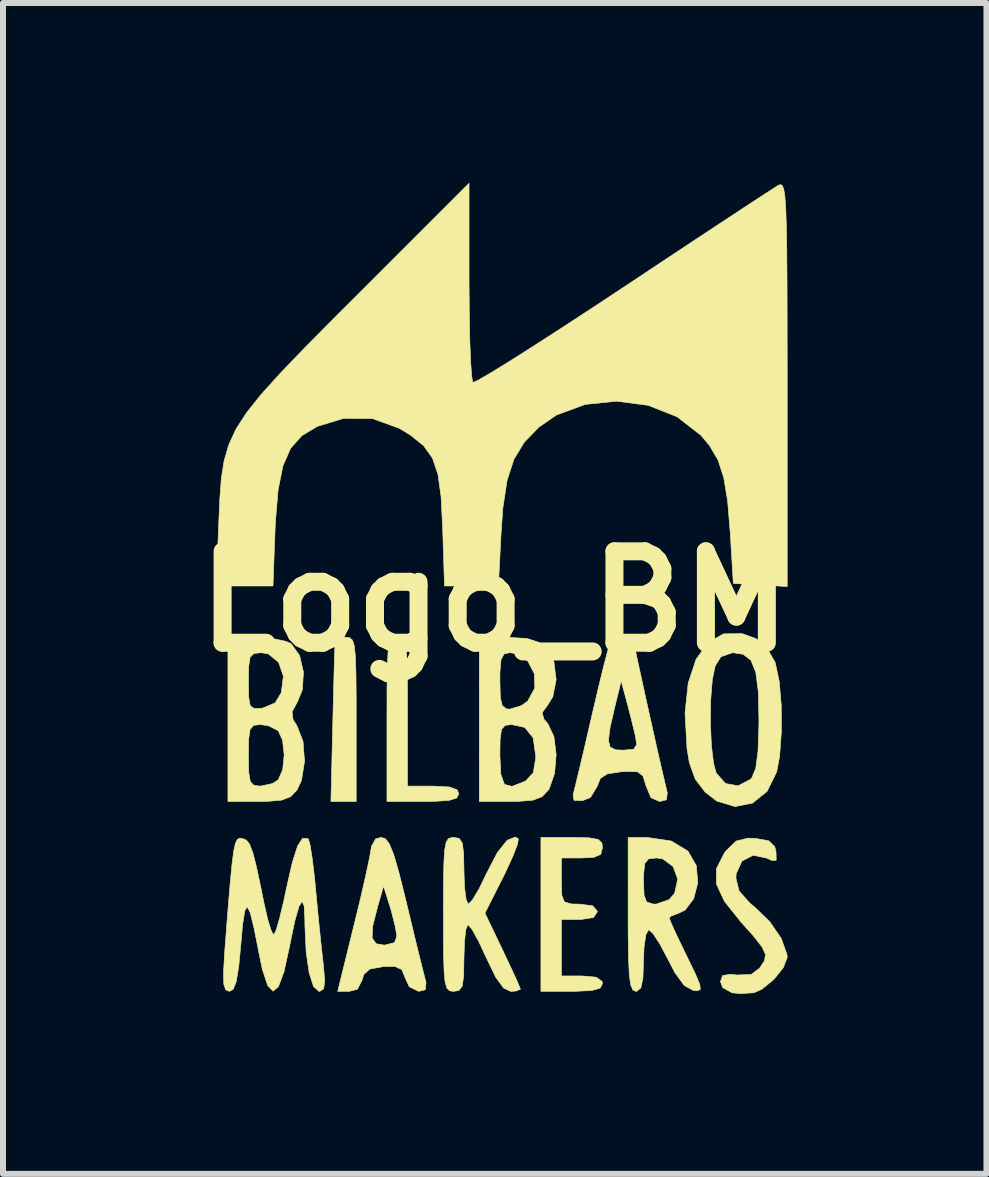
<source format=kicad_pcb>
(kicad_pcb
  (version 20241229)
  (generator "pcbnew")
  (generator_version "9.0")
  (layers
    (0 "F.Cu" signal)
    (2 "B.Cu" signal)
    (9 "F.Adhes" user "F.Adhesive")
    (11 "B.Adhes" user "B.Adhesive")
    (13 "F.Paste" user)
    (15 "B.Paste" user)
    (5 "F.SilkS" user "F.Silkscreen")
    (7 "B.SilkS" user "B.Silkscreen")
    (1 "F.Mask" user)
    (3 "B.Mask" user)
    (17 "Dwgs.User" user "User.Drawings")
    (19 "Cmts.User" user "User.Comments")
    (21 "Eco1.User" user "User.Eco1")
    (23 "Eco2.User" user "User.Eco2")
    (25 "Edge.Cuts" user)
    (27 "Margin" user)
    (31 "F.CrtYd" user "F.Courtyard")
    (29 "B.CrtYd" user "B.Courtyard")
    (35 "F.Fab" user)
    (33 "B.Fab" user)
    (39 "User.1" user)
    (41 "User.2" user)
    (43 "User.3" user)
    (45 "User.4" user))
  (footprint "Logo_BM"
    (layer "F.Cu")
    (at 5.196 6.974)
    (property "Reference" "Logo_BM" (at 0 0 0) (layer "F.SilkS") (effects (font (size 1.524 1.524) (thickness 0.3))))
    (attr through_hole)
    (fp_poly (pts (xy -2.416 0.607) (xy -2.371 0.647) (xy -2.34 0.744) (xy -2.322 0.923) (xy -2.313 1.209) (xy -2.309 1.625) (xy -2.309 1.967) (xy -2.309 3.335) (xy -2.73 3.335) (xy -2.699 2.031) (xy -2.688 1.574) (xy -2.678 1.179) (xy -2.669 0.876) (xy -2.662 0.697) (xy -2.66 0.663) (xy -2.58 0.61) (xy -2.48 0.599) (xy -2.416 0.607)) (stroke (width 0.01) (type solid)) (fill yes) (layer "F.SilkS"))
    (fp_poly (pts (xy -1.558 0.607) (xy -1.512 0.65) (xy -1.481 0.754) (xy -1.464 0.944) (xy -1.456 1.245) (xy -1.454 1.685) (xy -1.454 1.839) (xy -1.454 3.079) (xy -1.026 3.079) (xy -0.757 3.093) (xy -0.626 3.14) (xy -0.599 3.207) (xy -0.634 3.277) (xy -0.76 3.317) (xy -1.01 3.333) (xy -1.197 3.335) (xy -1.796 3.335) (xy -1.796 1.967) (xy -1.795 1.455) (xy -1.79 1.09) (xy -1.778 0.847) (xy -1.755 0.701) (xy -1.72 0.627) (xy -1.668 0.601) (xy -1.625 0.599) (xy -1.558 0.607)) (stroke (width 0.01) (type solid)) (fill yes) (layer "F.SilkS"))
    (fp_poly (pts (xy 1.569 3.94) (xy 1.724 3.968) (xy 1.787 4.029) (xy 1.796 4.105) (xy 1.767 4.217) (xy 1.651 4.266) (xy 1.454 4.276) (xy 1.112 4.276) (xy 1.112 4.661) (xy 1.118 4.897) (xy 1.161 5.009) (xy 1.278 5.043) (xy 1.411 5.046) (xy 1.632 5.074) (xy 1.71 5.162) (xy 1.71 5.174) (xy 1.646 5.269) (xy 1.438 5.302) (xy 1.411 5.302) (xy 1.112 5.302) (xy 1.112 6.243) (xy 1.454 6.243) (xy 1.692 6.264) (xy 1.79 6.335) (xy 1.796 6.371) (xy 1.757 6.446) (xy 1.617 6.486) (xy 1.345 6.499) (xy 1.283 6.5) (xy 0.77 6.5) (xy 0.77 3.934) (xy 1.283 3.934) (xy 1.569 3.94)) (stroke (width 0.01) (type solid)) (fill yes) (layer "F.SilkS"))
    (fp_poly (pts (xy 4.35 3.951) (xy 4.568 3.991) (xy 4.667 4.086) (xy 4.689 4.176) (xy 4.692 4.315) (xy 4.614 4.317) (xy 4.539 4.28) (xy 4.308 4.232) (xy 4.121 4.328) (xy 4.025 4.538) (xy 4.02 4.611) (xy 4.073 4.827) (xy 4.253 5.03) (xy 4.319 5.083) (xy 4.581 5.334) (xy 4.777 5.62) (xy 4.871 5.885) (xy 4.875 5.935) (xy 4.809 6.107) (xy 4.65 6.303) (xy 4.454 6.463) (xy 4.319 6.523) (xy 4.091 6.537) (xy 3.955 6.524) (xy 3.799 6.436) (xy 3.763 6.337) (xy 3.798 6.236) (xy 3.931 6.215) (xy 4.033 6.227) (xy 4.273 6.22) (xy 4.418 6.11) (xy 4.495 5.991) (xy 4.514 5.888) (xy 4.459 5.764) (xy 4.317 5.582) (xy 4.105 5.345) (xy 3.829 4.999) (xy 3.695 4.711) (xy 3.696 4.454) (xy 3.826 4.197) (xy 3.858 4.155) (xy 4.025 3.994) (xy 4.226 3.946) (xy 4.35 3.951)) (stroke (width 0.01) (type solid)) (fill yes) (layer "F.SilkS"))
    (fp_poly (pts (xy -1.821 3.957) (xy -1.755 4.044) (xy -1.685 4.217) (xy -1.601 4.503) (xy -1.495 4.925) (xy -1.461 5.067) (xy -1.358 5.496) (xy -1.266 5.874) (xy -1.193 6.165) (xy -1.15 6.333) (xy -1.145 6.35) (xy -1.156 6.472) (xy -1.268 6.5) (xy -1.425 6.423) (xy -1.49 6.281) (xy -1.549 6.137) (xy -1.664 6.084) (xy -1.863 6.088) (xy -2.084 6.129) (xy -2.185 6.221) (xy -2.208 6.307) (xy -2.289 6.465) (xy -2.426 6.5) (xy -2.617 6.5) (xy -2.398 5.61) (xy -2.044 5.61) (xy -1.976 5.706) (xy -1.839 5.73) (xy -1.67 5.688) (xy -1.631 5.58) (xy -1.661 5.405) (xy -1.725 5.157) (xy -1.745 5.089) (xy -1.853 4.746) (xy -1.952 5.089) (xy -2.034 5.414) (xy -2.044 5.61) (xy -2.398 5.61) (xy -2.338 5.366) (xy -2.234 4.938) (xy -2.148 4.561) (xy -2.086 4.27) (xy -2.057 4.102) (xy -2.055 4.084) (xy -1.983 3.957) (xy -1.892 3.934) (xy -1.821 3.957)) (stroke (width 0.01) (type solid)) (fill yes) (layer "F.SilkS"))
    (fp_poly (pts (xy 4.362 0.624) (xy 4.535 0.777) (xy 4.669 1.006) (xy 4.677 1.028) (xy 4.742 1.333) (xy 4.776 1.738) (xy 4.778 2.178) (xy 4.748 2.584) (xy 4.7 2.841) (xy 4.54 3.166) (xy 4.297 3.362) (xy 4.006 3.42) (xy 3.701 3.328) (xy 3.508 3.179) (xy 3.342 2.962) (xy 3.244 2.688) (xy 3.205 2.452) (xy 3.181 2.021) (xy 3.595 2.021) (xy 3.611 2.395) (xy 3.648 2.702) (xy 3.691 2.861) (xy 3.847 3.036) (xy 4.056 3.074) (xy 4.259 2.968) (xy 4.287 2.937) (xy 4.351 2.782) (xy 4.389 2.492) (xy 4.404 2.051) (xy 4.404 1.967) (xy 4.393 1.501) (xy 4.351 1.181) (xy 4.271 0.982) (xy 4.142 0.882) (xy 3.964 0.855) (xy 3.77 0.923) (xy 3.675 1.075) (xy 3.627 1.304) (xy 3.6 1.638) (xy 3.595 2.021) (xy 3.181 2.021) (xy 3.172 1.862) (xy 3.225 1.362) (xy 3.356 0.966) (xy 3.555 0.688) (xy 3.815 0.541) (xy 4.127 0.538) (xy 4.362 0.624)) (stroke (width 0.01) (type solid)) (fill yes) (layer "F.SilkS"))
    (fp_poly (pts (xy 0.394 3.957) (xy 0.379 4.049) (xy 0.301 4.252) (xy 0.174 4.527) (xy 0.138 4.599) (xy -0.163 5.196) (xy 0.132 5.812) (xy 0.27 6.104) (xy 0.374 6.331) (xy 0.425 6.454) (xy 0.428 6.464) (xy 0.356 6.494) (xy 0.266 6.5) (xy 0.148 6.445) (xy 0.019 6.268) (xy -0.137 5.947) (xy -0.138 5.944) (xy -0.266 5.67) (xy -0.375 5.472) (xy -0.444 5.388) (xy -0.447 5.388) (xy -0.481 5.466) (xy -0.504 5.67) (xy -0.513 5.944) (xy -0.518 6.245) (xy -0.542 6.412) (xy -0.596 6.485) (xy -0.684 6.5) (xy -0.75 6.491) (xy -0.796 6.449) (xy -0.827 6.348) (xy -0.844 6.162) (xy -0.853 5.866) (xy -0.855 5.435) (xy -0.855 5.217) (xy -0.854 4.724) (xy -0.848 4.376) (xy -0.835 4.149) (xy -0.81 4.017) (xy -0.771 3.954) (xy -0.713 3.935) (xy -0.684 3.934) (xy -0.592 3.951) (xy -0.54 4.029) (xy -0.518 4.203) (xy -0.513 4.49) (xy -0.503 4.773) (xy -0.476 4.973) (xy -0.439 5.046) (xy -0.37 4.974) (xy -0.258 4.785) (xy -0.133 4.527) (xy 0.046 4.184) (xy 0.208 3.981) (xy 0.343 3.928) (xy 0.394 3.957)) (stroke (width 0.01) (type solid)) (fill yes) (layer "F.SilkS"))
    (fp_poly (pts (xy 2.291 0.611) (xy 2.309 0.634) (xy 2.327 0.729) (xy 2.374 0.955) (xy 2.444 1.275) (xy 2.527 1.655) (xy 2.617 2.058) (xy 2.704 2.448) (xy 2.782 2.79) (xy 2.842 3.047) (xy 2.875 3.183) (xy 2.876 3.186) (xy 2.863 3.307) (xy 2.749 3.335) (xy 2.604 3.272) (xy 2.522 3.074) (xy 2.471 2.909) (xy 2.381 2.84) (xy 2.193 2.834) (xy 2.112 2.839) (xy 1.877 2.874) (xy 1.759 2.953) (xy 1.71 3.079) (xy 1.596 3.268) (xy 1.464 3.321) (xy 1.322 3.316) (xy 1.306 3.221) (xy 1.314 3.193) (xy 1.349 3.054) (xy 1.414 2.785) (xy 1.5 2.421) (xy 1.524 2.316) (xy 1.895 2.316) (xy 1.925 2.43) (xy 2.019 2.474) (xy 2.14 2.48) (xy 2.317 2.465) (xy 2.367 2.385) (xy 2.345 2.245) (xy 2.287 2.004) (xy 2.213 1.715) (xy 2.2 1.668) (xy 2.108 1.326) (xy 2.003 1.753) (xy 1.923 2.101) (xy 1.895 2.316) (xy 1.524 2.316) (xy 1.598 1.997) (xy 1.622 1.893) (xy 1.721 1.47) (xy 1.809 1.106) (xy 1.88 0.835) (xy 1.924 0.688) (xy 1.93 0.675) (xy 2.025 0.622) (xy 2.174 0.597) (xy 2.291 0.611)) (stroke (width 0.01) (type solid)) (fill yes) (layer "F.SilkS"))
    (fp_poly (pts (xy 2.544 3.935) (xy 2.942 3.994) (xy 3.22 4.161) (xy 3.36 4.405) (xy 3.385 4.69) (xy 3.316 4.956) (xy 3.174 5.144) (xy 3.078 5.192) (xy 2.94 5.245) (xy 2.908 5.277) (xy 2.943 5.367) (xy 3.036 5.571) (xy 3.169 5.847) (xy 3.202 5.914) (xy 3.346 6.212) (xy 3.419 6.387) (xy 3.426 6.47) (xy 3.373 6.49) (xy 3.309 6.484) (xy 3.16 6.403) (xy 3.004 6.189) (xy 2.887 5.965) (xy 2.753 5.711) (xy 2.636 5.533) (xy 2.566 5.473) (xy 2.52 5.552) (xy 2.489 5.757) (xy 2.48 5.987) (xy 2.47 6.284) (xy 2.435 6.444) (xy 2.367 6.499) (xy 2.352 6.5) (xy 2.302 6.476) (xy 2.266 6.391) (xy 2.243 6.219) (xy 2.23 5.937) (xy 2.224 5.522) (xy 2.224 5.217) (xy 2.224 4.661) (xy 2.48 4.661) (xy 2.489 4.899) (xy 2.533 5.011) (xy 2.636 5.044) (xy 2.691 5.046) (xy 2.909 4.97) (xy 2.999 4.864) (xy 3.05 4.628) (xy 2.974 4.42) (xy 2.801 4.292) (xy 2.696 4.276) (xy 2.563 4.292) (xy 2.5 4.369) (xy 2.481 4.555) (xy 2.48 4.661) (xy 2.224 4.661) (xy 2.224 3.934) (xy 2.544 3.935)) (stroke (width 0.01) (type solid)) (fill yes) (layer "F.SilkS"))
    (fp_poly (pts (xy -3.706 0.618) (xy -3.473 0.668) (xy -3.393 0.706) (xy -3.253 0.9) (xy -3.188 1.18) (xy -3.207 1.474) (xy -3.285 1.668) (xy -3.377 1.838) (xy -3.363 1.966) (xy -3.296 2.074) (xy -3.195 2.335) (xy -3.17 2.666) (xy -3.221 2.983) (xy -3.297 3.145) (xy -3.402 3.255) (xy -3.553 3.313) (xy -3.802 3.334) (xy -3.939 3.335) (xy -4.447 3.335) (xy -4.447 2.566) (xy -4.105 2.566) (xy -4.1 2.851) (xy -4.074 3.004) (xy -4.013 3.067) (xy -3.908 3.079) (xy -3.707 3.037) (xy -3.609 2.976) (xy -3.534 2.807) (xy -3.509 2.558) (xy -3.537 2.311) (xy -3.609 2.155) (xy -3.773 2.072) (xy -3.908 2.053) (xy -4.018 2.066) (xy -4.077 2.133) (xy -4.101 2.292) (xy -4.105 2.566) (xy -4.447 2.566) (xy -4.447 1.331) (xy -4.105 1.331) (xy -4.101 1.602) (xy -4.075 1.74) (xy -4.006 1.787) (xy -3.875 1.781) (xy -3.871 1.78) (xy -3.659 1.691) (xy -3.557 1.521) (xy -3.523 1.246) (xy -3.602 1.016) (xy -3.772 0.876) (xy -3.889 0.855) (xy -4.012 0.867) (xy -4.077 0.93) (xy -4.101 1.086) (xy -4.105 1.331) (xy -4.447 1.331) (xy -4.447 0.599) (xy -3.993 0.599) (xy -3.706 0.618)) (stroke (width 0.01) (type solid)) (fill yes) (layer "F.SilkS"))
    (fp_poly (pts (xy 0.538 0.618) (xy 0.748 0.687) (xy 0.855 0.77) (xy 0.986 1.004) (xy 1.024 1.304) (xy 0.968 1.59) (xy 0.885 1.725) (xy 0.79 1.855) (xy 0.82 1.962) (xy 0.885 2.038) (xy 0.986 2.251) (xy 1.024 2.551) (xy 0.998 2.866) (xy 0.909 3.121) (xy 0.893 3.145) (xy 0.788 3.255) (xy 0.637 3.313) (xy 0.389 3.334) (xy 0.252 3.335) (xy -0.257 3.335) (xy -0.257 2.566) (xy 0.086 2.566) (xy 0.102 2.883) (xy 0.162 3.05) (xy 0.286 3.084) (xy 0.492 3.004) (xy 0.519 2.99) (xy 0.643 2.856) (xy 0.684 2.607) (xy 0.684 2.58) (xy 0.64 2.273) (xy 0.501 2.101) (xy 0.282 2.053) (xy 0.173 2.066) (xy 0.114 2.133) (xy 0.09 2.292) (xy 0.086 2.566) (xy -0.257 2.566) (xy -0.257 1.326) (xy 0.086 1.326) (xy 0.093 1.598) (xy 0.126 1.74) (xy 0.198 1.792) (xy 0.25 1.796) (xy 0.444 1.738) (xy 0.55 1.662) (xy 0.668 1.445) (xy 0.661 1.205) (xy 0.551 0.995) (xy 0.356 0.87) (xy 0.25 0.855) (xy 0.155 0.877) (xy 0.105 0.971) (xy 0.087 1.176) (xy 0.086 1.326) (xy -0.257 1.326) (xy -0.257 0.599) (xy 0.214 0.599) (xy 0.538 0.618)) (stroke (width 0.01) (type solid)) (fill yes) (layer "F.SilkS"))
    (fp_poly (pts (xy -4.208 3.951) (xy -4.141 3.978) (xy -4.085 4.049) (xy -4.031 4.193) (xy -3.969 4.435) (xy -3.891 4.806) (xy -3.847 5.024) (xy -3.784 5.3) (xy -3.724 5.492) (xy -3.684 5.559) (xy -3.644 5.481) (xy -3.583 5.272) (xy -3.511 4.97) (xy -3.473 4.789) (xy -3.374 4.353) (xy -3.285 4.076) (xy -3.201 3.947) (xy -3.115 3.955) (xy -3.104 3.965) (xy -3.076 4.067) (xy -3.04 4.298) (xy -3.002 4.619) (xy -2.984 4.808) (xy -2.945 5.224) (xy -2.903 5.636) (xy -2.867 5.972) (xy -2.857 6.051) (xy -2.834 6.318) (xy -2.85 6.456) (xy -2.914 6.499) (xy -2.929 6.5) (xy -3.02 6.419) (xy -3.093 6.191) (xy -3.143 5.843) (xy -3.164 5.398) (xy -3.164 5.319) (xy -3.176 5.078) (xy -3.21 5.001) (xy -3.262 5.082) (xy -3.33 5.318) (xy -3.411 5.703) (xy -3.421 5.757) (xy -3.513 6.175) (xy -3.605 6.421) (xy -3.695 6.497) (xy -3.784 6.403) (xy -3.872 6.137) (xy -3.925 5.883) (xy -4.01 5.453) (xy -4.074 5.19) (xy -4.125 5.091) (xy -4.165 5.154) (xy -4.201 5.376) (xy -4.231 5.709) (xy -4.268 6.097) (xy -4.309 6.34) (xy -4.359 6.466) (xy -4.422 6.5) (xy -4.484 6.475) (xy -4.516 6.379) (xy -4.52 6.18) (xy -4.501 5.847) (xy -4.497 5.794) (xy -4.45 5.184) (xy -4.412 4.724) (xy -4.38 4.392) (xy -4.352 4.17) (xy -4.323 4.035) (xy -4.29 3.968) (xy -4.251 3.947) (xy -4.208 3.951)) (stroke (width 0.01) (type solid)) (fill yes) (layer "F.SilkS"))
    (fp_poly (pts (xy -0.428 -5.328) (xy -0.424 -4.816) (xy -0.416 -4.366) (xy -0.402 -4.003) (xy -0.385 -3.756) (xy -0.365 -3.65) (xy -0.363 -3.649) (xy -0.28 -3.685) (xy -0.071 -3.806) (xy 0.247 -4.002) (xy 0.656 -4.261) (xy 1.139 -4.573) (xy 1.681 -4.927) (xy 2.138 -5.229) (xy 2.719 -5.615) (xy 3.259 -5.973) (xy 3.741 -6.291) (xy 4.147 -6.558) (xy 4.458 -6.762) (xy 4.659 -6.892) (xy 4.725 -6.934) (xy 4.763 -6.947) (xy 4.793 -6.931) (xy 4.818 -6.869) (xy 4.837 -6.747) (xy 4.851 -6.549) (xy 4.861 -6.261) (xy 4.868 -5.867) (xy 4.872 -5.352) (xy 4.874 -4.7) (xy 4.875 -3.897) (xy 4.875 -3.633) (xy 4.875 -0.248) (xy 3.977 -0.299) (xy 3.925 -1.155) (xy 3.882 -1.673) (xy 3.818 -2.06) (xy 3.723 -2.354) (xy 3.582 -2.595) (xy 3.437 -2.769) (xy 3.038 -3.078) (xy 2.556 -3.268) (xy 2.032 -3.337) (xy 1.508 -3.283) (xy 1.026 -3.105) (xy 0.734 -2.903) (xy 0.491 -2.651) (xy 0.32 -2.369) (xy 0.206 -2.018) (xy 0.136 -1.562) (xy 0.106 -1.142) (xy 0.061 -0.257) (xy -0.837 -0.257) (xy -0.868 -1.234) (xy -0.894 -1.743) (xy -0.946 -2.117) (xy -1.038 -2.389) (xy -1.186 -2.596) (xy -1.405 -2.772) (xy -1.59 -2.885) (xy -2.041 -3.048) (xy -2.524 -3.049) (xy -2.957 -2.917) (xy -3.214 -2.763) (xy -3.401 -2.553) (xy -3.53 -2.26) (xy -3.611 -1.856) (xy -3.656 -1.316) (xy -3.662 -1.176) (xy -3.696 -0.257) (xy -4.641 -0.257) (xy -4.6 -1.304) (xy -4.582 -1.709) (xy -4.557 -2.048) (xy -4.511 -2.341) (xy -4.434 -2.608) (xy -4.314 -2.869) (xy -4.139 -3.141) (xy -3.896 -3.446) (xy -3.575 -3.802) (xy -3.164 -4.23) (xy -2.65 -4.748) (xy -2.306 -5.091) (xy -0.428 -6.969) (xy -0.428 -5.328)) (stroke (width 0.01) (type solid)) (fill yes) (layer "F.SilkS")))
  (gr_rect
    (start -3 -3)
    (end 13.392 16.516)
    (stroke (width 0.1) (type default))
    (fill no)
    (layer "Edge.Cuts")))
</source>
